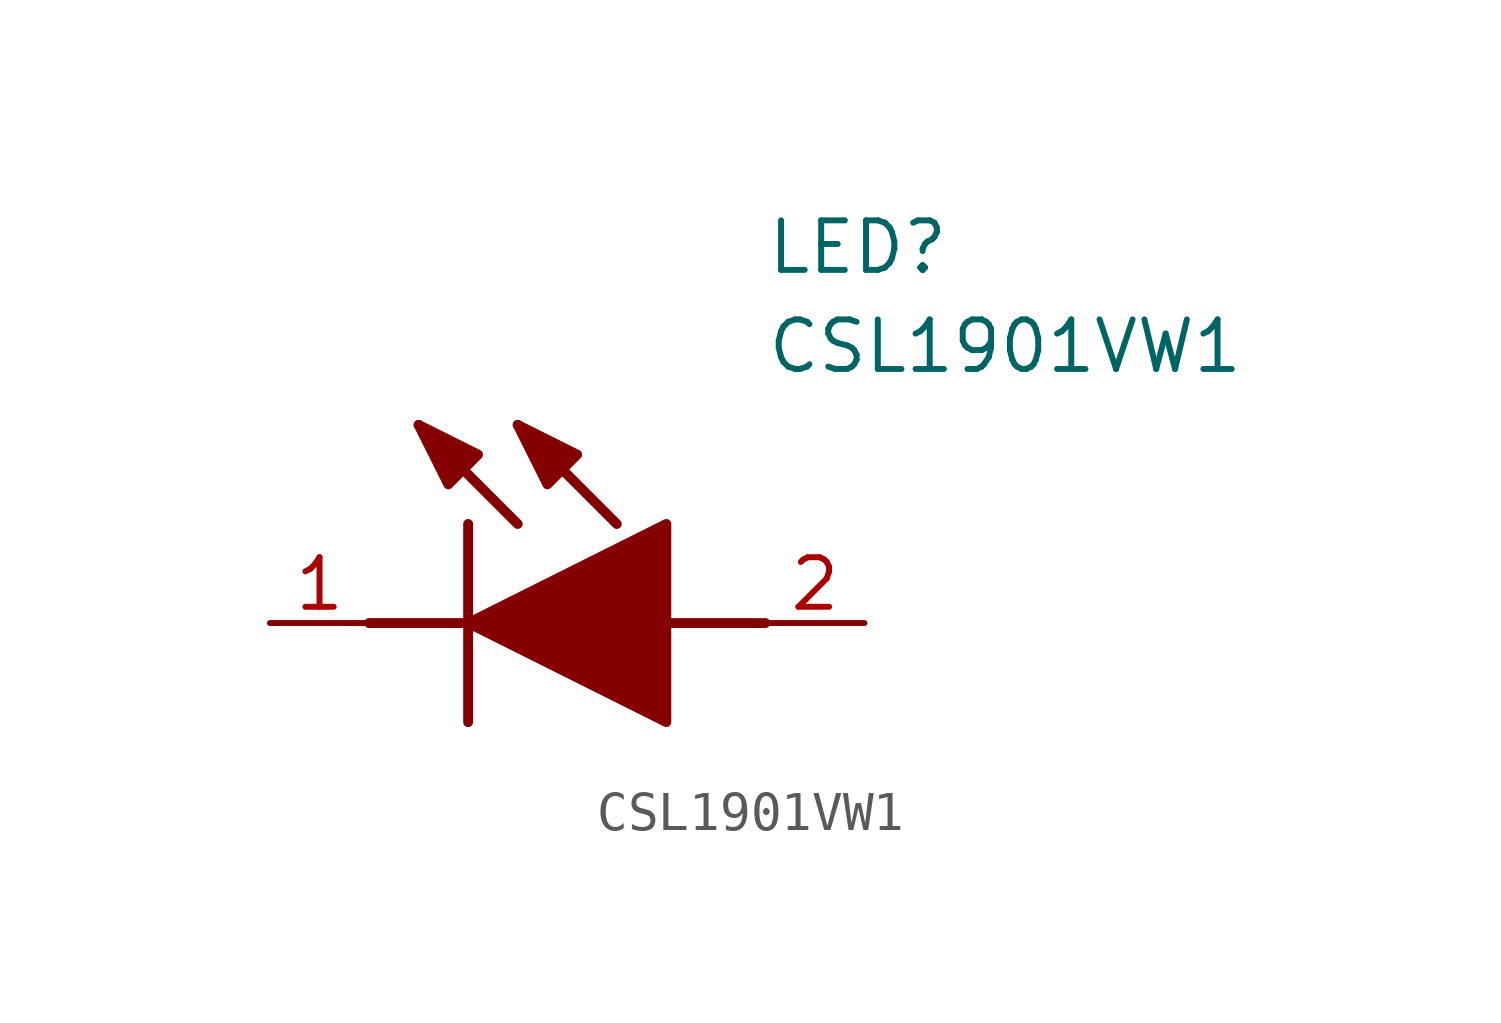
<source format=kicad_sym>
(kicad_symbol_lib
  (version 20211014)
  (generator SamacSys_ECAD_Model)
  (symbol "CSL1901VW1"
    (pin_names hide)
    (property "Reference" "LED"
      (at 12.7 8.89 0)
      (effects (font (size 1.27 1.27)) (justify left bottom)))
    (property "Value" "CSL1901VW1"
      (at 12.7 6.35 0)
      (effects (font (size 1.27 1.27)) (justify left bottom)))
    (polyline
      (pts (xy 5.08 2.54) (xy 5.08 -2.54))
      (stroke (width 0.254) (type default))
      (fill (type none)))
    (polyline
      (pts (xy 6.35 2.54) (xy 3.81 5.08))
      (stroke (width 0.254) (type default))
      (fill (type none)))
    (polyline
      (pts (xy 8.89 2.54) (xy 6.35 5.08))
      (stroke (width 0.254) (type default))
      (fill (type none)))
    (polyline
      (pts (xy 2.54 0) (xy 5.08 0))
      (stroke (width 0.254) (type default))
      (fill (type none)))
    (polyline
      (pts (xy 10.16 0) (xy 12.7 0))
      (stroke (width 0.254) (type default))
      (fill (type none)))
    (polyline
      (pts (xy 5.08 0) (xy 10.16 2.54) (xy 10.16 -2.54) (xy 5.08 0))
      (stroke (width 0.254) (type default))
      (fill (type outline)))
    (polyline
      (pts (xy 5.334 4.318) (xy 4.572 3.556) (xy 3.81 5.08) (xy 5.334 4.318))
      (stroke (width 0.254) (type default))
      (fill (type outline)))
    (polyline
      (pts (xy 7.874 4.318) (xy 7.112 3.556) (xy 6.35 5.08) (xy 7.874 4.318))
      (stroke (width 0.254) (type default))
      (fill (type outline)))
    (pin passive line
      (at 0 0 0)
      (length 2.54)
      (name "K" (effects (font (size 1.27 1.27))))
      (number "1" (effects (font (size 1.27 1.27)))))
    (pin passive line
      (at 15.24 0 180)
      (length 2.54)
      (name "A" (effects (font (size 1.27 1.27))))
      (number "2" (effects (font (size 1.27 1.27)))))))
</source>
